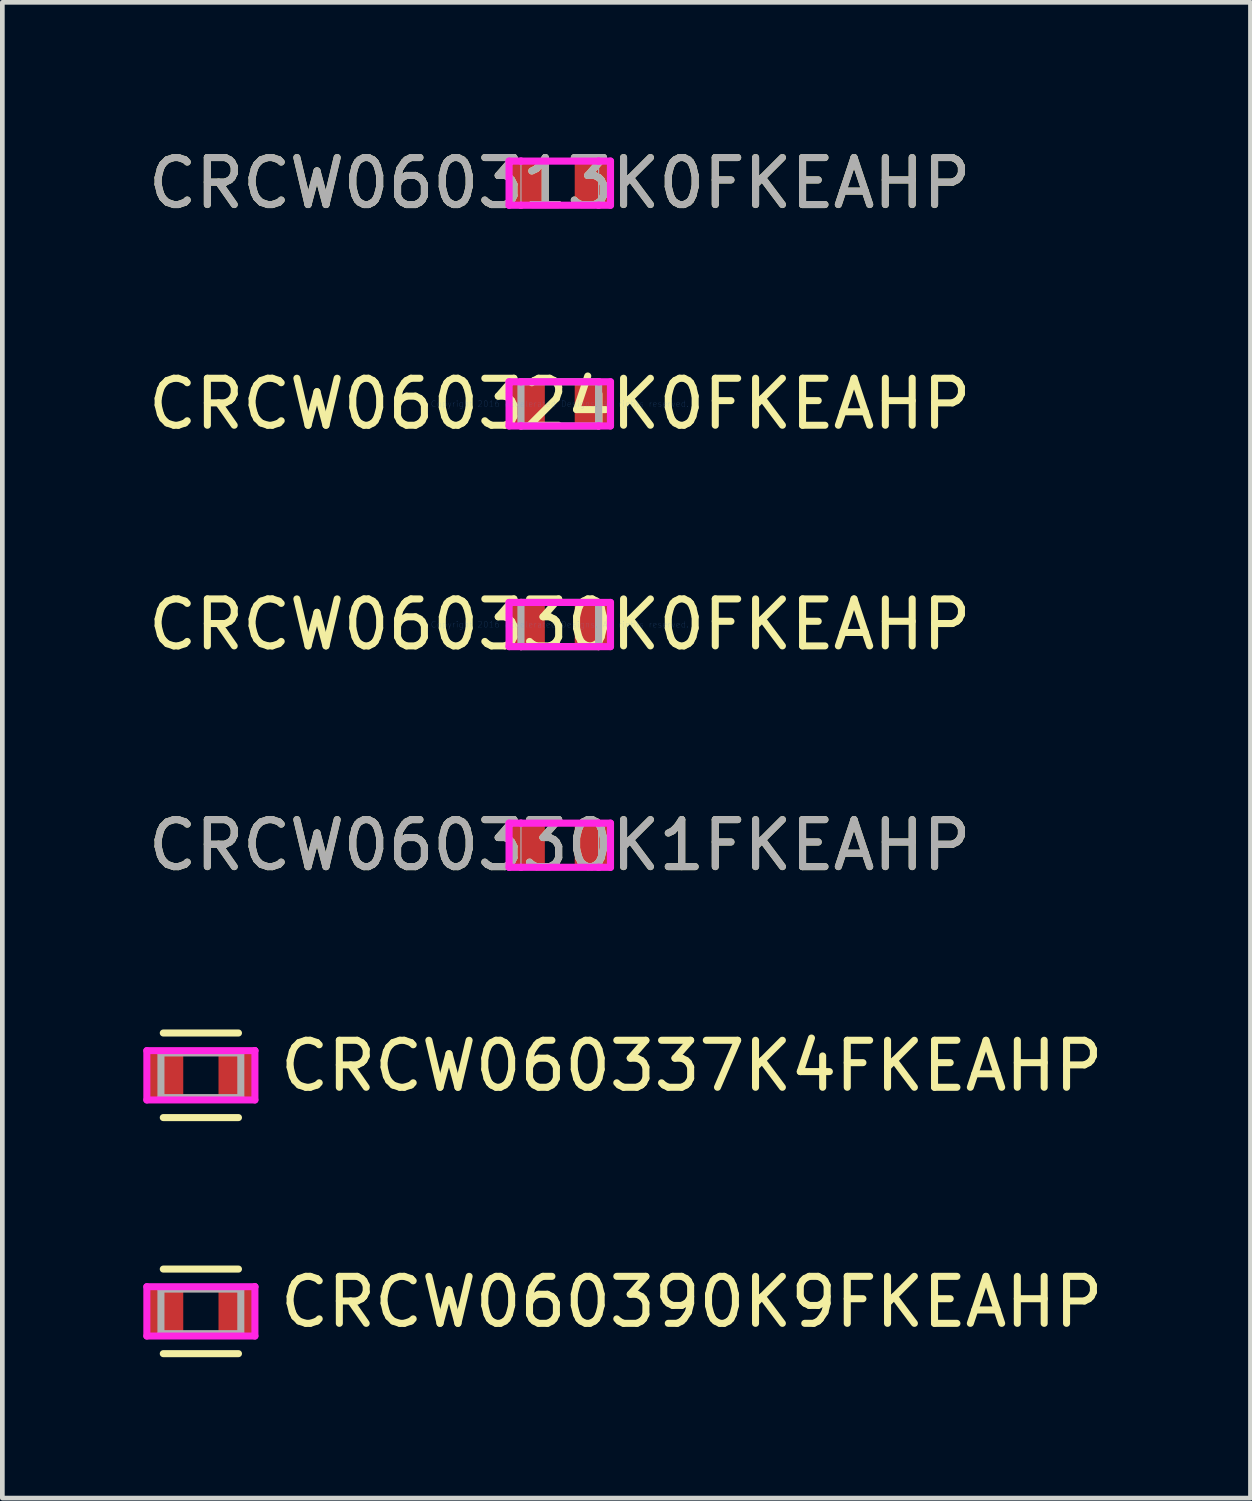
<source format=kicad_pcb>
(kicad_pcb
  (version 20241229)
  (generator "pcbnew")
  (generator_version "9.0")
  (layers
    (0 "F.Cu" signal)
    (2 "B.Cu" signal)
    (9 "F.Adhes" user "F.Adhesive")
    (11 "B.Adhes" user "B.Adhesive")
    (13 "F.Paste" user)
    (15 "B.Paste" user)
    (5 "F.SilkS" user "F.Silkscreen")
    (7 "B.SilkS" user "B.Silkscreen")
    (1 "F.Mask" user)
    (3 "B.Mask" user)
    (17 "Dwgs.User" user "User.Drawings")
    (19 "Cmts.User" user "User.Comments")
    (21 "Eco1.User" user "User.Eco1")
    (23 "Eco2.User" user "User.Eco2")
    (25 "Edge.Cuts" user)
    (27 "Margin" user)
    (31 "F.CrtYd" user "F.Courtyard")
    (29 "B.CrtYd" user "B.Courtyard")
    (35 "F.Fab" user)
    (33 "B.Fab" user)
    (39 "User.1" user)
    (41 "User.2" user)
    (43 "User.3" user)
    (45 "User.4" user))
  (footprint "CRCW060324K0FKEAHP"
    (layer "F.Cu")
    (at 8.863 5.545)
    (property "Reference" "CRCW060324K0FKEAHP" (at 0 0 0) (layer "F.SilkS") (effects (font (size 1 1) (thickness 0.15))))
    (attr through_hole)
    (fp_line (start -1.079 -0.47) (end -0.826 -0.47) (stroke (width 0.152) (type solid)) (layer "F.CrtYd"))
    (fp_line (start -1.079 0.47) (end -1.079 -0.47) (stroke (width 0.152) (type solid)) (layer "F.CrtYd"))
    (fp_line (start -0.826 -0.47) (end -0.826 -0.47) (stroke (width 0.152) (type solid)) (layer "F.CrtYd"))
    (fp_line (start -0.826 -0.47) (end 0.826 -0.47) (stroke (width 0.152) (type solid)) (layer "F.CrtYd"))
    (fp_line (start -0.826 0.47) (end -1.079 0.47) (stroke (width 0.152) (type solid)) (layer "F.CrtYd"))
    (fp_line (start -0.826 0.47) (end -0.826 0.47) (stroke (width 0.152) (type solid)) (layer "F.CrtYd"))
    (fp_line (start 0.826 -0.47) (end 0.826 -0.47) (stroke (width 0.152) (type solid)) (layer "F.CrtYd"))
    (fp_line (start 0.826 -0.47) (end 1.079 -0.47) (stroke (width 0.152) (type solid)) (layer "F.CrtYd"))
    (fp_line (start 0.826 0.47) (end -0.826 0.47) (stroke (width 0.152) (type solid)) (layer "F.CrtYd"))
    (fp_line (start 0.826 0.47) (end 0.826 0.47) (stroke (width 0.152) (type solid)) (layer "F.CrtYd"))
    (fp_line (start 1.079 -0.47) (end 1.079 0.47) (stroke (width 0.152) (type solid)) (layer "F.CrtYd"))
    (fp_line (start 1.079 0.47) (end 0.826 0.47) (stroke (width 0.152) (type solid)) (layer "F.CrtYd"))
    (fp_line (start -0.826 -0.47) (end -0.826 0.47) (stroke (width 0.152) (type solid)) (layer "F.Fab"))
    (fp_line (start -0.826 0.47) (end 0.826 0.47) (stroke (width 0.152) (type solid)) (layer "F.Fab"))
    (fp_line (start 0.826 -0.47) (end -0.826 -0.47) (stroke (width 0.152) (type solid)) (layer "F.Fab"))
    (fp_line (start 0.826 0.47) (end 0.826 -0.47) (stroke (width 0.152) (type solid)) (layer "F.Fab"))
    (fp_text user "Copyright 2016 Accelerated Designs. All rights reserved." (at 0 0 0) (layer "Cmts.User") (effects (font (size 0.127 0.127) (thickness 0.002))))
    (pad "1" smd rect (at -0.699 0 90) (size 0.94 0.762) (layers "F.Cu" "F.Mask" "F.Paste"))
    (pad "2" smd rect (at 0.699 0 90) (size 0.94 0.762) (layers "F.Cu" "F.Mask" "F.Paste")))
  (footprint "CRCW060313K0FKEAHP"
    (layer "F.Cu")
    (at 8.863 0.848)
    (property "Reference" "CRCW060313K0FKEAHP" (at 0 0 0) (unlocked yes) (layer "F.SilkS") (effects (font (size 1 1) (thickness 0.15))))
    (attr smd)
    (fp_line (start -1.079 -0.47) (end -0.826 -0.47) (stroke (width 0.152) (type solid)) (layer "F.CrtYd"))
    (fp_line (start -1.079 0.47) (end -1.079 -0.47) (stroke (width 0.152) (type solid)) (layer "F.CrtYd"))
    (fp_line (start -0.826 -0.47) (end -0.826 -0.47) (stroke (width 0.152) (type solid)) (layer "F.CrtYd"))
    (fp_line (start -0.826 -0.47) (end 0.826 -0.47) (stroke (width 0.152) (type solid)) (layer "F.CrtYd"))
    (fp_line (start -0.826 0.47) (end -1.079 0.47) (stroke (width 0.152) (type solid)) (layer "F.CrtYd"))
    (fp_line (start -0.826 0.47) (end -0.826 0.47) (stroke (width 0.152) (type solid)) (layer "F.CrtYd"))
    (fp_line (start 0.826 -0.47) (end 0.826 -0.47) (stroke (width 0.152) (type solid)) (layer "F.CrtYd"))
    (fp_line (start 0.826 -0.47) (end 1.079 -0.47) (stroke (width 0.152) (type solid)) (layer "F.CrtYd"))
    (fp_line (start 0.826 0.47) (end -0.826 0.47) (stroke (width 0.152) (type solid)) (layer "F.CrtYd"))
    (fp_line (start 0.826 0.47) (end 0.826 0.47) (stroke (width 0.152) (type solid)) (layer "F.CrtYd"))
    (fp_line (start 1.079 -0.47) (end 1.079 0.47) (stroke (width 0.152) (type solid)) (layer "F.CrtYd"))
    (fp_line (start 1.079 0.47) (end 0.826 0.47) (stroke (width 0.152) (type solid)) (layer "F.CrtYd"))
    (fp_line (start -0.826 -0.47) (end -0.826 0.47) (stroke (width 0.025) (type solid)) (layer "F.Fab"))
    (fp_line (start -0.826 0.47) (end 0.826 0.47) (stroke (width 0.025) (type solid)) (layer "F.Fab"))
    (fp_line (start 0.826 -0.47) (end -0.826 -0.47) (stroke (width 0.025) (type solid)) (layer "F.Fab"))
    (fp_line (start 0.826 0.47) (end 0.826 -0.47) (stroke (width 0.025) (type solid)) (layer "F.Fab"))
    (fp_text user "${REFERENCE}" (at 0 0 0) (unlocked yes) (layer "F.Fab") (effects (font (size 1 1) (thickness 0.15))))
    (pad "1" smd rect (at -0.699 0 90) (size 0.94 0.762) (layers "F.Cu" "F.Mask" "F.Paste"))
    (pad "2" smd rect (at 0.699 0 90) (size 0.94 0.762) (layers "F.Cu" "F.Mask" "F.Paste"))
    (zone (net_name "") (layer "F.Cu") (hatch full 0.508) (connect_pads) (min_thickness 0.254) (filled_areas_thickness no) (keepout (tracks not_allowed) (vias not_allowed) (pads allowed) (copperpour not_allowed) (footprints allowed)) (placement (enabled no)) (fill) (polygon (pts (xy 8.088 0.429) (xy 9.638 0.429) (xy 9.638 0.328) (xy 8.088 0.328))))
    (zone (net_name "") (layer "F.Cu") (hatch full 0.508) (connect_pads) (min_thickness 0.254) (filled_areas_thickness no) (keepout (tracks not_allowed) (vias not_allowed) (pads allowed) (copperpour not_allowed) (footprints allowed)) (placement (enabled no)) (fill) (polygon (pts (xy 8.088 1.369) (xy 9.638 1.369) (xy 9.638 1.267) (xy 8.088 1.267))))
    (zone (net_name "") (layer "F.Cu") (hatch full 0.508) (connect_pads) (min_thickness 0.254) (filled_areas_thickness no) (keepout (tracks not_allowed) (vias not_allowed) (pads allowed) (copperpour not_allowed) (footprints allowed)) (placement (enabled no)) (fill) (polygon (pts (xy 8.596 0.328) (xy 9.13 0.328) (xy 9.13 1.369) (xy 8.596 1.369)))))
  (footprint "CRCW060330K0FKEAHP"
    (layer "F.Cu")
    (at 8.863 10.241)
    (property "Reference" "CRCW060330K0FKEAHP" (at 0 0 0) (layer "F.SilkS") (effects (font (size 1 1) (thickness 0.15))))
    (attr through_hole)
    (fp_line (start -1.079 -0.47) (end -0.826 -0.47) (stroke (width 0.152) (type solid)) (layer "F.CrtYd"))
    (fp_line (start -1.079 0.47) (end -1.079 -0.47) (stroke (width 0.152) (type solid)) (layer "F.CrtYd"))
    (fp_line (start -0.826 -0.47) (end -0.826 -0.47) (stroke (width 0.152) (type solid)) (layer "F.CrtYd"))
    (fp_line (start -0.826 -0.47) (end 0.826 -0.47) (stroke (width 0.152) (type solid)) (layer "F.CrtYd"))
    (fp_line (start -0.826 0.47) (end -1.079 0.47) (stroke (width 0.152) (type solid)) (layer "F.CrtYd"))
    (fp_line (start -0.826 0.47) (end -0.826 0.47) (stroke (width 0.152) (type solid)) (layer "F.CrtYd"))
    (fp_line (start 0.826 -0.47) (end 0.826 -0.47) (stroke (width 0.152) (type solid)) (layer "F.CrtYd"))
    (fp_line (start 0.826 -0.47) (end 1.079 -0.47) (stroke (width 0.152) (type solid)) (layer "F.CrtYd"))
    (fp_line (start 0.826 0.47) (end -0.826 0.47) (stroke (width 0.152) (type solid)) (layer "F.CrtYd"))
    (fp_line (start 0.826 0.47) (end 0.826 0.47) (stroke (width 0.152) (type solid)) (layer "F.CrtYd"))
    (fp_line (start 1.079 -0.47) (end 1.079 0.47) (stroke (width 0.152) (type solid)) (layer "F.CrtYd"))
    (fp_line (start 1.079 0.47) (end 0.826 0.47) (stroke (width 0.152) (type solid)) (layer "F.CrtYd"))
    (fp_line (start -0.826 -0.47) (end -0.826 0.47) (stroke (width 0.152) (type solid)) (layer "F.Fab"))
    (fp_line (start -0.826 0.47) (end 0.826 0.47) (stroke (width 0.152) (type solid)) (layer "F.Fab"))
    (fp_line (start 0.826 -0.47) (end -0.826 -0.47) (stroke (width 0.152) (type solid)) (layer "F.Fab"))
    (fp_line (start 0.826 0.47) (end 0.826 -0.47) (stroke (width 0.152) (type solid)) (layer "F.Fab"))
    (fp_text user "Copyright 2016 Accelerated Designs. All rights reserved." (at 0 0 0) (layer "Cmts.User") (effects (font (size 0.127 0.127) (thickness 0.002))))
    (pad "1" smd rect (at -0.699 0 90) (size 0.94 0.762) (layers "F.Cu" "F.Mask" "F.Paste"))
    (pad "2" smd rect (at 0.699 0 90) (size 0.94 0.762) (layers "F.Cu" "F.Mask" "F.Paste")))
  (footprint "CRCW060390K9FKEAHP"
    (layer "F.Cu")
    (at 1.225 24.858)
    (property "Reference" "CRCW060390K9FKEAHP" (at 1.61 -0.2 0) (layer "F.SilkS") (effects (font (size 1 1) (thickness 0.15)) (justify left)))
    (attr through_hole)
    (fp_line (start -0.8 -0.9) (end 0.8 -0.9) (stroke (width 0.15) (type solid)) (layer "F.SilkS"))
    (fp_line (start -0.8 0.9) (end 0.8 0.9) (stroke (width 0.15) (type solid)) (layer "F.SilkS"))
    (fp_line (start -1.15 -0.525) (end -1.15 0.525) (stroke (width 0.15) (type solid)) (layer "F.CrtYd"))
    (fp_line (start -1.15 0.525) (end 1.15 0.525) (stroke (width 0.15) (type solid)) (layer "F.CrtYd"))
    (fp_line (start 1.15 -0.525) (end -1.15 -0.525) (stroke (width 0.15) (type solid)) (layer "F.CrtYd"))
    (fp_line (start 1.15 -0.525) (end 1.15 -0.525) (stroke (width 0.15) (type solid)) (layer "F.CrtYd"))
    (fp_line (start 1.15 0.525) (end 1.15 -0.525) (stroke (width 0.15) (type solid)) (layer "F.CrtYd"))
    (fp_line (start -0.85 -0.475) (end 0.85 -0.475) (stroke (width 0.15) (type solid)) (layer "F.Fab"))
    (fp_line (start -0.85 0.475) (end -0.85 -0.475) (stroke (width 0.15) (type solid)) (layer "F.Fab"))
    (fp_line (start 0.85 -0.475) (end 0.85 0.475) (stroke (width 0.15) (type solid)) (layer "F.Fab"))
    (fp_line (start 0.85 0.475) (end -0.85 0.475) (stroke (width 0.15) (type solid)) (layer "F.Fab"))
    (pad "1" smd rect (at -0.75 0) (size 0.75 1) (layers "F.Cu" "F.Mask" "F.Paste"))
    (pad "2" smd rect (at 0.75 0) (size 0.75 1) (layers "F.Cu" "F.Mask" "F.Paste")))
  (footprint "CRCW060330K1FKEAHP"
    (layer "F.Cu")
    (at 8.863 14.938)
    (property "Reference" "CRCW060330K1FKEAHP" (at 0 0 0) (unlocked yes) (layer "F.SilkS") (effects (font (size 1 1) (thickness 0.15))))
    (attr smd)
    (fp_line (start -1.079 -0.47) (end -0.826 -0.47) (stroke (width 0.152) (type solid)) (layer "F.CrtYd"))
    (fp_line (start -1.079 0.47) (end -1.079 -0.47) (stroke (width 0.152) (type solid)) (layer "F.CrtYd"))
    (fp_line (start -0.826 -0.47) (end -0.826 -0.47) (stroke (width 0.152) (type solid)) (layer "F.CrtYd"))
    (fp_line (start -0.826 -0.47) (end 0.826 -0.47) (stroke (width 0.152) (type solid)) (layer "F.CrtYd"))
    (fp_line (start -0.826 0.47) (end -1.079 0.47) (stroke (width 0.152) (type solid)) (layer "F.CrtYd"))
    (fp_line (start -0.826 0.47) (end -0.826 0.47) (stroke (width 0.152) (type solid)) (layer "F.CrtYd"))
    (fp_line (start 0.826 -0.47) (end 0.826 -0.47) (stroke (width 0.152) (type solid)) (layer "F.CrtYd"))
    (fp_line (start 0.826 -0.47) (end 1.079 -0.47) (stroke (width 0.152) (type solid)) (layer "F.CrtYd"))
    (fp_line (start 0.826 0.47) (end -0.826 0.47) (stroke (width 0.152) (type solid)) (layer "F.CrtYd"))
    (fp_line (start 0.826 0.47) (end 0.826 0.47) (stroke (width 0.152) (type solid)) (layer "F.CrtYd"))
    (fp_line (start 1.079 -0.47) (end 1.079 0.47) (stroke (width 0.152) (type solid)) (layer "F.CrtYd"))
    (fp_line (start 1.079 0.47) (end 0.826 0.47) (stroke (width 0.152) (type solid)) (layer "F.CrtYd"))
    (fp_line (start -0.826 -0.47) (end -0.826 0.47) (stroke (width 0.025) (type solid)) (layer "F.Fab"))
    (fp_line (start -0.826 0.47) (end 0.826 0.47) (stroke (width 0.025) (type solid)) (layer "F.Fab"))
    (fp_line (start 0.826 -0.47) (end -0.826 -0.47) (stroke (width 0.025) (type solid)) (layer "F.Fab"))
    (fp_line (start 0.826 0.47) (end 0.826 -0.47) (stroke (width 0.025) (type solid)) (layer "F.Fab"))
    (fp_text user "${REFERENCE}" (at 0 0 0) (unlocked yes) (layer "F.Fab") (effects (font (size 1 1) (thickness 0.15))))
    (pad "1" smd rect (at -0.699 0 90) (size 0.94 0.762) (layers "F.Cu" "F.Mask" "F.Paste"))
    (pad "2" smd rect (at 0.699 0 90) (size 0.94 0.762) (layers "F.Cu" "F.Mask" "F.Paste"))
    (zone (net_name "") (layer "F.Cu") (hatch full 0.508) (connect_pads) (min_thickness 0.254) (filled_areas_thickness no) (keepout (tracks not_allowed) (vias not_allowed) (pads allowed) (copperpour not_allowed) (footprints allowed)) (placement (enabled no)) (fill) (polygon (pts (xy 8.088 14.519) (xy 9.638 14.519) (xy 9.638 14.417) (xy 8.088 14.417))))
    (zone (net_name "") (layer "F.Cu") (hatch full 0.508) (connect_pads) (min_thickness 0.254) (filled_areas_thickness no) (keepout (tracks not_allowed) (vias not_allowed) (pads allowed) (copperpour not_allowed) (footprints allowed)) (placement (enabled no)) (fill) (polygon (pts (xy 8.088 15.458) (xy 9.638 15.458) (xy 9.638 15.357) (xy 8.088 15.357))))
    (zone (net_name "") (layer "F.Cu") (hatch full 0.508) (connect_pads) (min_thickness 0.254) (filled_areas_thickness no) (keepout (tracks not_allowed) (vias not_allowed) (pads allowed) (copperpour not_allowed) (footprints allowed)) (placement (enabled no)) (fill) (polygon (pts (xy 8.596 14.417) (xy 9.13 14.417) (xy 9.13 15.458) (xy 8.596 15.458)))))
  (footprint "CRCW060337K4FKEAHP"
    (layer "F.Cu")
    (at 1.225 19.834)
    (property "Reference" "CRCW060337K4FKEAHP" (at 1.61 -0.2 0) (layer "F.SilkS") (effects (font (size 1 1) (thickness 0.15)) (justify left)))
    (attr through_hole)
    (fp_line (start -0.8 -0.9) (end 0.8 -0.9) (stroke (width 0.15) (type solid)) (layer "F.SilkS"))
    (fp_line (start -0.8 0.9) (end 0.8 0.9) (stroke (width 0.15) (type solid)) (layer "F.SilkS"))
    (fp_line (start -1.15 -0.525) (end -1.15 0.525) (stroke (width 0.15) (type solid)) (layer "F.CrtYd"))
    (fp_line (start -1.15 0.525) (end 1.15 0.525) (stroke (width 0.15) (type solid)) (layer "F.CrtYd"))
    (fp_line (start 1.15 -0.525) (end -1.15 -0.525) (stroke (width 0.15) (type solid)) (layer "F.CrtYd"))
    (fp_line (start 1.15 -0.525) (end 1.15 -0.525) (stroke (width 0.15) (type solid)) (layer "F.CrtYd"))
    (fp_line (start 1.15 0.525) (end 1.15 -0.525) (stroke (width 0.15) (type solid)) (layer "F.CrtYd"))
    (fp_line (start -0.85 -0.475) (end 0.85 -0.475) (stroke (width 0.15) (type solid)) (layer "F.Fab"))
    (fp_line (start -0.85 0.475) (end -0.85 -0.475) (stroke (width 0.15) (type solid)) (layer "F.Fab"))
    (fp_line (start 0.85 -0.475) (end 0.85 0.475) (stroke (width 0.15) (type solid)) (layer "F.Fab"))
    (fp_line (start 0.85 0.475) (end -0.85 0.475) (stroke (width 0.15) (type solid)) (layer "F.Fab"))
    (pad "1" smd rect (at -0.75 0) (size 0.75 1) (layers "F.Cu" "F.Mask" "F.Paste"))
    (pad "2" smd rect (at 0.75 0) (size 0.75 1) (layers "F.Cu" "F.Mask" "F.Paste")))
  (gr_rect
    (start -3 -3)
    (end 23.562 28.832)
    (stroke (width 0.1) (type default))
    (fill no)
    (layer "Edge.Cuts")))
</source>
